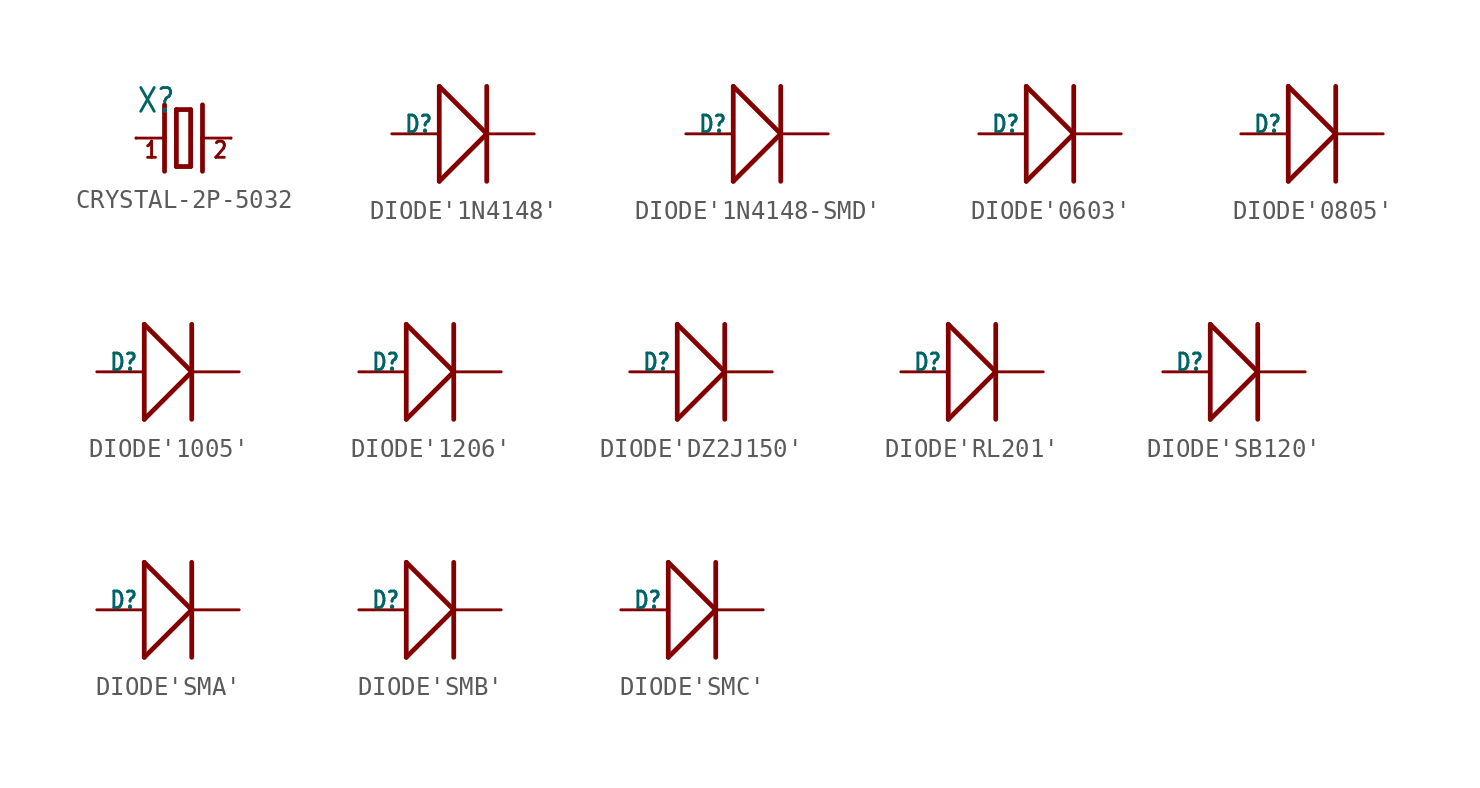
<source format=kicad_sym>
(kicad_symbol_lib
  (version 20231120)
  (generator "kicad_symbol_editor")
  (generator_version "8.0")
  (symbol "CRYSTAL-2P-5032"
    (property "Reference" "X"
      (at -2.54 1.27 0)
      (effects (font (size 1.27 1.079)) (justify left bottom)))
    (property "Value" ""
      (at -2.54 0 0)
      (effects (font (size 1.27 1.079)) (justify left bottom)))
    (property "ki_locked" ""
      (at 0 0 0)
      (effects (font (size 1.27 1.27))))
    (symbol "CRYSTAL-2P-5032_1_0"
      (polyline (pts (xy -1.016 0) (xy -2.54 0)) (stroke (width 0.152) (type solid)) (fill (type none)))
      (polyline (pts (xy -1.016 0) (xy -1.016 -1.778)) (stroke (width 0.254) (type solid)) (fill (type none)))
      (polyline (pts (xy -1.016 1.778) (xy -1.016 0)) (stroke (width 0.254) (type solid)) (fill (type none)))
      (polyline (pts (xy -0.381 -1.524) (xy 0.381 -1.524)) (stroke (width 0.254) (type solid)) (fill (type none)))
      (polyline (pts (xy -0.381 1.524) (xy -0.381 -1.524)) (stroke (width 0.254) (type solid)) (fill (type none)))
      (polyline (pts (xy 0.381 -1.524) (xy 0.381 1.524)) (stroke (width 0.254) (type solid)) (fill (type none)))
      (polyline (pts (xy 0.381 1.524) (xy -0.381 1.524)) (stroke (width 0.254) (type solid)) (fill (type none)))
      (polyline (pts (xy 1.016 0) (xy 1.016 -1.778)) (stroke (width 0.254) (type solid)) (fill (type none)))
      (polyline (pts (xy 1.016 0) (xy 2.54 0)) (stroke (width 0.152) (type solid)) (fill (type none)))
      (polyline (pts (xy 1.016 1.778) (xy 1.016 0)) (stroke (width 0.254) (type solid)) (fill (type none)))
      (text "1" (at -2.159 -1.143 0) (effects (font (size 0.864 0.734)) (justify left bottom)))
      (text "2" (at 1.524 -1.143 0) (effects (font (size 0.864 0.734)) (justify left bottom)))
      (pin passive line (at -2.54 0 0) (length 0) (name "1" (effects (font (size 0 0)))) (number "1" (effects (font (size 0 0)))))
      (pin passive line (at 2.54 0 180) (length 0) (name "2" (effects (font (size 0 0)))) (number "2" (effects (font (size 0 0)))))))
  (symbol "DIODE'1N4148'"
    (property "Reference" "D"
      (at -3.175 0 0)
      (effects (font (size 0.889 0.756)) (justify left bottom)))
    (property "Value" ""
      (at 0 0 0)
      (effects (font (size 0.635 0.54)) (justify left bottom)))
    (property "ki_locked" ""
      (at 0 0 0)
      (effects (font (size 1.27 1.27))))
    (symbol "DIODE'1N4148'_1_0"
      (polyline (pts (xy -1.27 -2.54) (xy -1.27 2.54)) (stroke (width 0.254) (type solid)) (fill (type none)))
      (polyline (pts (xy -1.27 -2.54) (xy 1.27 0)) (stroke (width 0.254) (type solid)) (fill (type none)))
      (polyline (pts (xy -1.27 2.54) (xy 1.27 0)) (stroke (width 0.254) (type solid)) (fill (type none)))
      (polyline (pts (xy 1.27 2.54) (xy 1.27 -2.54)) (stroke (width 0.254) (type solid)) (fill (type none)))
      (pin passive line (at -3.81 0 0) (length 2.54) (name "+" (effects (font (size 0 0)))) (number "A" (effects (font (size 0 0)))))
      (pin passive line (at 3.81 0 180) (length 2.54) (name "-" (effects (font (size 0 0)))) (number "C" (effects (font (size 0 0)))))))
  (symbol "DIODE'1N4148-SMD'"
    (property "Reference" "D"
      (at -3.175 0 0)
      (effects (font (size 0.889 0.756)) (justify left bottom)))
    (property "Value" ""
      (at 0 0 0)
      (effects (font (size 0.635 0.54)) (justify left bottom)))
    (property "ki_locked" ""
      (at 0 0 0)
      (effects (font (size 1.27 1.27))))
    (symbol "DIODE'1N4148-SMD'_1_0"
      (polyline (pts (xy -1.27 -2.54) (xy -1.27 2.54)) (stroke (width 0.254) (type solid)) (fill (type none)))
      (polyline (pts (xy -1.27 -2.54) (xy 1.27 0)) (stroke (width 0.254) (type solid)) (fill (type none)))
      (polyline (pts (xy -1.27 2.54) (xy 1.27 0)) (stroke (width 0.254) (type solid)) (fill (type none)))
      (polyline (pts (xy 1.27 2.54) (xy 1.27 -2.54)) (stroke (width 0.254) (type solid)) (fill (type none)))
      (pin passive line (at -3.81 0 0) (length 2.54) (name "+" (effects (font (size 0 0)))) (number "A" (effects (font (size 0 0)))))
      (pin passive line (at 3.81 0 180) (length 2.54) (name "-" (effects (font (size 0 0)))) (number "C" (effects (font (size 0 0)))))))
  (symbol "DIODE'0603'"
    (property "Reference" "D"
      (at -3.175 0 0)
      (effects (font (size 0.889 0.756)) (justify left bottom)))
    (property "Value" ""
      (at 0 0 0)
      (effects (font (size 0.635 0.54)) (justify left bottom)))
    (property "ki_locked" ""
      (at 0 0 0)
      (effects (font (size 1.27 1.27))))
    (symbol "DIODE'0603'_1_0"
      (polyline (pts (xy -1.27 -2.54) (xy -1.27 2.54)) (stroke (width 0.254) (type solid)) (fill (type none)))
      (polyline (pts (xy -1.27 -2.54) (xy 1.27 0)) (stroke (width 0.254) (type solid)) (fill (type none)))
      (polyline (pts (xy -1.27 2.54) (xy 1.27 0)) (stroke (width 0.254) (type solid)) (fill (type none)))
      (polyline (pts (xy 1.27 2.54) (xy 1.27 -2.54)) (stroke (width 0.254) (type solid)) (fill (type none)))
      (pin passive line (at -3.81 0 0) (length 2.54) (name "+" (effects (font (size 0 0)))) (number "+" (effects (font (size 0 0)))))
      (pin passive line (at 3.81 0 180) (length 2.54) (name "-" (effects (font (size 0 0)))) (number "-" (effects (font (size 0 0)))))))
  (symbol "DIODE'0805'"
    (property "Reference" "D"
      (at -3.175 0 0)
      (effects (font (size 0.889 0.756)) (justify left bottom)))
    (property "Value" ""
      (at 0 0 0)
      (effects (font (size 0.635 0.54)) (justify left bottom)))
    (property "ki_locked" ""
      (at 0 0 0)
      (effects (font (size 1.27 1.27))))
    (symbol "DIODE'0805'_1_0"
      (polyline (pts (xy -1.27 -2.54) (xy -1.27 2.54)) (stroke (width 0.254) (type solid)) (fill (type none)))
      (polyline (pts (xy -1.27 -2.54) (xy 1.27 0)) (stroke (width 0.254) (type solid)) (fill (type none)))
      (polyline (pts (xy -1.27 2.54) (xy 1.27 0)) (stroke (width 0.254) (type solid)) (fill (type none)))
      (polyline (pts (xy 1.27 2.54) (xy 1.27 -2.54)) (stroke (width 0.254) (type solid)) (fill (type none)))
      (pin passive line (at -3.81 0 0) (length 2.54) (name "+" (effects (font (size 0 0)))) (number "+" (effects (font (size 0 0)))))
      (pin passive line (at 3.81 0 180) (length 2.54) (name "-" (effects (font (size 0 0)))) (number "-" (effects (font (size 0 0)))))))
  (symbol "DIODE'1005'"
    (property "Reference" "D"
      (at -3.175 0 0)
      (effects (font (size 0.889 0.756)) (justify left bottom)))
    (property "Value" ""
      (at 0 0 0)
      (effects (font (size 0.635 0.54)) (justify left bottom)))
    (property "ki_locked" ""
      (at 0 0 0)
      (effects (font (size 1.27 1.27))))
    (symbol "DIODE'1005'_1_0"
      (polyline (pts (xy -1.27 -2.54) (xy -1.27 2.54)) (stroke (width 0.254) (type solid)) (fill (type none)))
      (polyline (pts (xy -1.27 -2.54) (xy 1.27 0)) (stroke (width 0.254) (type solid)) (fill (type none)))
      (polyline (pts (xy -1.27 2.54) (xy 1.27 0)) (stroke (width 0.254) (type solid)) (fill (type none)))
      (polyline (pts (xy 1.27 2.54) (xy 1.27 -2.54)) (stroke (width 0.254) (type solid)) (fill (type none)))
      (pin passive line (at -3.81 0 0) (length 2.54) (name "+" (effects (font (size 0 0)))) (number "+" (effects (font (size 0 0)))))
      (pin passive line (at 3.81 0 180) (length 2.54) (name "-" (effects (font (size 0 0)))) (number "-" (effects (font (size 0 0)))))))
  (symbol "DIODE'1206'"
    (property "Reference" "D"
      (at -3.175 0 0)
      (effects (font (size 0.889 0.756)) (justify left bottom)))
    (property "Value" ""
      (at 0 0 0)
      (effects (font (size 0.635 0.54)) (justify left bottom)))
    (property "ki_locked" ""
      (at 0 0 0)
      (effects (font (size 1.27 1.27))))
    (symbol "DIODE'1206'_1_0"
      (polyline (pts (xy -1.27 -2.54) (xy -1.27 2.54)) (stroke (width 0.254) (type solid)) (fill (type none)))
      (polyline (pts (xy -1.27 -2.54) (xy 1.27 0)) (stroke (width 0.254) (type solid)) (fill (type none)))
      (polyline (pts (xy -1.27 2.54) (xy 1.27 0)) (stroke (width 0.254) (type solid)) (fill (type none)))
      (polyline (pts (xy 1.27 2.54) (xy 1.27 -2.54)) (stroke (width 0.254) (type solid)) (fill (type none)))
      (pin passive line (at -3.81 0 0) (length 2.54) (name "+" (effects (font (size 0 0)))) (number "+" (effects (font (size 0 0)))))
      (pin passive line (at 3.81 0 180) (length 2.54) (name "-" (effects (font (size 0 0)))) (number "-" (effects (font (size 0 0)))))))
  (symbol "DIODE'DZ2J150'"
    (property "Reference" "D"
      (at -3.175 0 0)
      (effects (font (size 0.889 0.756)) (justify left bottom)))
    (property "Value" ""
      (at 0 0 0)
      (effects (font (size 0.635 0.54)) (justify left bottom)))
    (property "ki_locked" ""
      (at 0 0 0)
      (effects (font (size 1.27 1.27))))
    (symbol "DIODE'DZ2J150'_1_0"
      (polyline (pts (xy -1.27 -2.54) (xy -1.27 2.54)) (stroke (width 0.254) (type solid)) (fill (type none)))
      (polyline (pts (xy -1.27 -2.54) (xy 1.27 0)) (stroke (width 0.254) (type solid)) (fill (type none)))
      (polyline (pts (xy -1.27 2.54) (xy 1.27 0)) (stroke (width 0.254) (type solid)) (fill (type none)))
      (polyline (pts (xy 1.27 2.54) (xy 1.27 -2.54)) (stroke (width 0.254) (type solid)) (fill (type none)))
      (pin passive line (at -3.81 0 0) (length 2.54) (name "+" (effects (font (size 0 0)))) (number "+" (effects (font (size 0 0)))))
      (pin passive line (at 3.81 0 180) (length 2.54) (name "-" (effects (font (size 0 0)))) (number "-" (effects (font (size 0 0)))))))
  (symbol "DIODE'RL201'"
    (property "Reference" "D"
      (at -3.175 0 0)
      (effects (font (size 0.889 0.756)) (justify left bottom)))
    (property "Value" ""
      (at 0 0 0)
      (effects (font (size 0.635 0.54)) (justify left bottom)))
    (property "ki_locked" ""
      (at 0 0 0)
      (effects (font (size 1.27 1.27))))
    (symbol "DIODE'RL201'_1_0"
      (polyline (pts (xy -1.27 -2.54) (xy -1.27 2.54)) (stroke (width 0.254) (type solid)) (fill (type none)))
      (polyline (pts (xy -1.27 -2.54) (xy 1.27 0)) (stroke (width 0.254) (type solid)) (fill (type none)))
      (polyline (pts (xy -1.27 2.54) (xy 1.27 0)) (stroke (width 0.254) (type solid)) (fill (type none)))
      (polyline (pts (xy 1.27 2.54) (xy 1.27 -2.54)) (stroke (width 0.254) (type solid)) (fill (type none)))
      (pin passive line (at -3.81 0 0) (length 2.54) (name "+" (effects (font (size 0 0)))) (number "+" (effects (font (size 0 0)))))
      (pin passive line (at 3.81 0 180) (length 2.54) (name "-" (effects (font (size 0 0)))) (number "-" (effects (font (size 0 0)))))))
  (symbol "DIODE'SB120'"
    (property "Reference" "D"
      (at -3.175 0 0)
      (effects (font (size 0.889 0.756)) (justify left bottom)))
    (property "Value" ""
      (at 0 0 0)
      (effects (font (size 0.635 0.54)) (justify left bottom)))
    (property "ki_locked" ""
      (at 0 0 0)
      (effects (font (size 1.27 1.27))))
    (symbol "DIODE'SB120'_1_0"
      (polyline (pts (xy -1.27 -2.54) (xy -1.27 2.54)) (stroke (width 0.254) (type solid)) (fill (type none)))
      (polyline (pts (xy -1.27 -2.54) (xy 1.27 0)) (stroke (width 0.254) (type solid)) (fill (type none)))
      (polyline (pts (xy -1.27 2.54) (xy 1.27 0)) (stroke (width 0.254) (type solid)) (fill (type none)))
      (polyline (pts (xy 1.27 2.54) (xy 1.27 -2.54)) (stroke (width 0.254) (type solid)) (fill (type none)))
      (pin passive line (at -3.81 0 0) (length 2.54) (name "+" (effects (font (size 0 0)))) (number "1" (effects (font (size 0 0)))))
      (pin passive line (at 3.81 0 180) (length 2.54) (name "-" (effects (font (size 0 0)))) (number "2" (effects (font (size 0 0)))))))
  (symbol "DIODE'SMA'"
    (property "Reference" "D"
      (at -3.175 0 0)
      (effects (font (size 0.889 0.756)) (justify left bottom)))
    (property "Value" ""
      (at 0 0 0)
      (effects (font (size 0.635 0.54)) (justify left bottom)))
    (property "ki_locked" ""
      (at 0 0 0)
      (effects (font (size 1.27 1.27))))
    (symbol "DIODE'SMA'_1_0"
      (polyline (pts (xy -1.27 -2.54) (xy -1.27 2.54)) (stroke (width 0.254) (type solid)) (fill (type none)))
      (polyline (pts (xy -1.27 -2.54) (xy 1.27 0)) (stroke (width 0.254) (type solid)) (fill (type none)))
      (polyline (pts (xy -1.27 2.54) (xy 1.27 0)) (stroke (width 0.254) (type solid)) (fill (type none)))
      (polyline (pts (xy 1.27 2.54) (xy 1.27 -2.54)) (stroke (width 0.254) (type solid)) (fill (type none)))
      (pin passive line (at -3.81 0 0) (length 2.54) (name "+" (effects (font (size 0 0)))) (number "1" (effects (font (size 0 0)))))
      (pin passive line (at 3.81 0 180) (length 2.54) (name "-" (effects (font (size 0 0)))) (number "2" (effects (font (size 0 0)))))))
  (symbol "DIODE'SMB'"
    (property "Reference" "D"
      (at -3.175 0 0)
      (effects (font (size 0.889 0.756)) (justify left bottom)))
    (property "Value" ""
      (at 0 0 0)
      (effects (font (size 0.635 0.54)) (justify left bottom)))
    (property "ki_locked" ""
      (at 0 0 0)
      (effects (font (size 1.27 1.27))))
    (symbol "DIODE'SMB'_1_0"
      (polyline (pts (xy -1.27 -2.54) (xy -1.27 2.54)) (stroke (width 0.254) (type solid)) (fill (type none)))
      (polyline (pts (xy -1.27 -2.54) (xy 1.27 0)) (stroke (width 0.254) (type solid)) (fill (type none)))
      (polyline (pts (xy -1.27 2.54) (xy 1.27 0)) (stroke (width 0.254) (type solid)) (fill (type none)))
      (polyline (pts (xy 1.27 2.54) (xy 1.27 -2.54)) (stroke (width 0.254) (type solid)) (fill (type none)))
      (pin passive line (at -3.81 0 0) (length 2.54) (name "+" (effects (font (size 0 0)))) (number "1" (effects (font (size 0 0)))))
      (pin passive line (at 3.81 0 180) (length 2.54) (name "-" (effects (font (size 0 0)))) (number "2" (effects (font (size 0 0)))))))
  (symbol "DIODE'SMC'"
    (property "Reference" "D"
      (at -3.175 0 0)
      (effects (font (size 0.889 0.756)) (justify left bottom)))
    (property "Value" ""
      (at 0 0 0)
      (effects (font (size 0.635 0.54)) (justify left bottom)))
    (property "ki_locked" ""
      (at 0 0 0)
      (effects (font (size 1.27 1.27))))
    (symbol "DIODE'SMC'_1_0"
      (polyline (pts (xy -1.27 -2.54) (xy -1.27 2.54)) (stroke (width 0.254) (type solid)) (fill (type none)))
      (polyline (pts (xy -1.27 -2.54) (xy 1.27 0)) (stroke (width 0.254) (type solid)) (fill (type none)))
      (polyline (pts (xy -1.27 2.54) (xy 1.27 0)) (stroke (width 0.254) (type solid)) (fill (type none)))
      (polyline (pts (xy 1.27 2.54) (xy 1.27 -2.54)) (stroke (width 0.254) (type solid)) (fill (type none)))
      (pin passive line (at -3.81 0 0) (length 2.54) (name "+" (effects (font (size 0 0)))) (number "1" (effects (font (size 0 0)))))
      (pin passive line (at 3.81 0 180) (length 2.54) (name "-" (effects (font (size 0 0)))) (number "2" (effects (font (size 0 0))))))))
</source>
